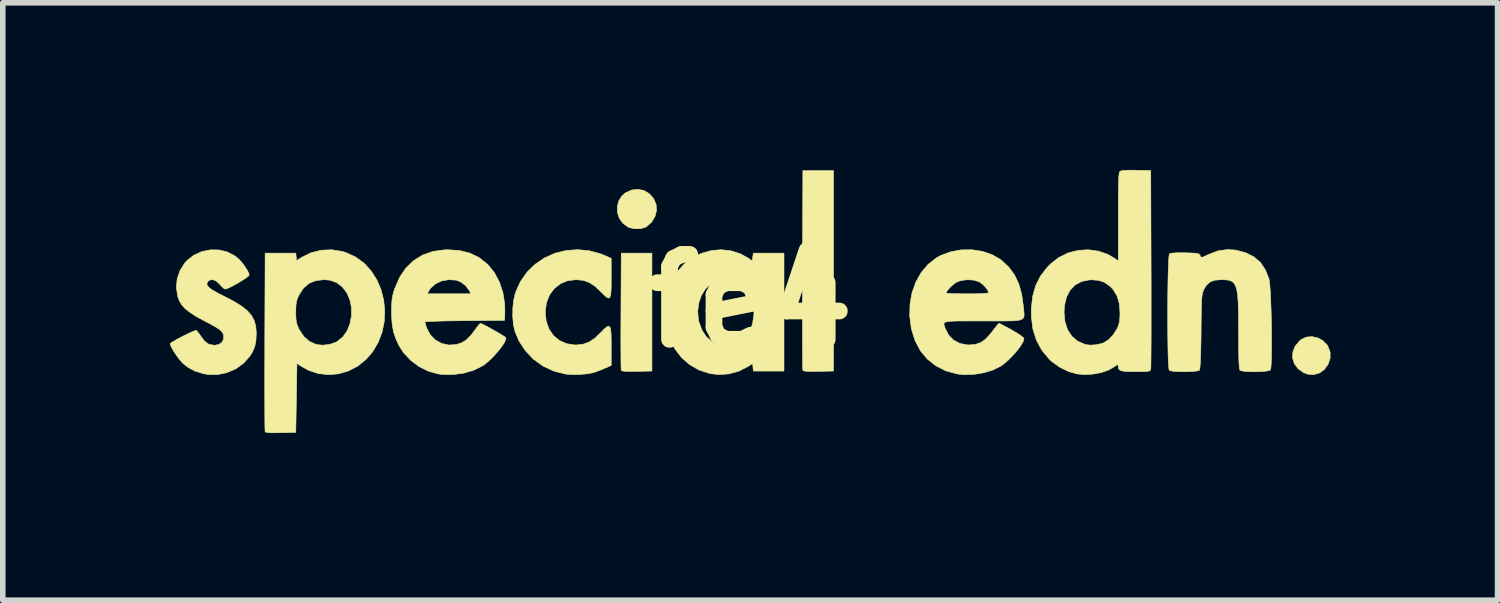
<source format=kicad_pcb>
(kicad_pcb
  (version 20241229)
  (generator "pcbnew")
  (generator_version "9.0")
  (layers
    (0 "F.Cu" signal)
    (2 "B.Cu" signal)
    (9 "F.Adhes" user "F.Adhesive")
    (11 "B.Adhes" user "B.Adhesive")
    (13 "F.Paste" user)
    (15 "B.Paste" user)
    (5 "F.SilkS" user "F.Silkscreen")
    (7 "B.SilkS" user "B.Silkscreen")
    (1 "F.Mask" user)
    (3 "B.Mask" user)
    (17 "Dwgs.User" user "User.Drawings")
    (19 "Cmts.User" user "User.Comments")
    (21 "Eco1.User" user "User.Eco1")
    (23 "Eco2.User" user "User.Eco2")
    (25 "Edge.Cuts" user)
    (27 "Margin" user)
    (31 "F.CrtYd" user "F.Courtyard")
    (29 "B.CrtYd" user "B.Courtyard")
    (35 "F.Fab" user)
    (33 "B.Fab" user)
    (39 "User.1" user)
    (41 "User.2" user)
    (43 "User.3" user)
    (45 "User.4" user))
  (footprint "fe4"
    (layer "F.Cu")
    (at 10.419 2.351)
    (property "Reference" "fe4" (at 0 0 0) (layer "F.SilkS") (effects (font (size 1.524 1.524) (thickness 0.3))))
    (attr through_hole)
    (fp_poly (pts (xy -1.767 1.259) (xy -2.038 1.265) (xy -2.157 1.267) (xy -2.239 1.265) (xy -2.29 1.259) (xy -2.315 1.249) (xy -2.318 1.244) (xy -2.32 1.218) (xy -2.322 1.154) (xy -2.323 1.056) (xy -2.324 0.928) (xy -2.325 0.775) (xy -2.325 0.6) (xy -2.324 0.408) (xy -2.323 0.203) (xy -2.323 0.18) (xy -2.318 -0.857) (xy -1.767 -0.857) (xy -1.767 1.259)) (stroke (width 0.01) (type solid)) (fill yes) (layer "F.SilkS"))
    (fp_poly (pts (xy 1.492 1.259) (xy 1.222 1.265) (xy 1.103 1.267) (xy 1.02 1.265) (xy 0.97 1.259) (xy 0.945 1.249) (xy 0.941 1.244) (xy 0.94 1.219) (xy 0.938 1.155) (xy 0.937 1.055) (xy 0.936 0.922) (xy 0.936 0.76) (xy 0.935 0.571) (xy 0.935 0.358) (xy 0.935 0.125) (xy 0.935 -0.125) (xy 0.936 -0.389) (xy 0.936 -0.561) (xy 0.942 -2.339) (xy 1.492 -2.339) (xy 1.492 1.259)) (stroke (width 0.01) (type solid)) (fill yes) (layer "F.SilkS"))
    (fp_poly (pts (xy 10.182 0.663) (xy 10.276 0.714) (xy 10.35 0.789) (xy 10.366 0.815) (xy 10.406 0.922) (xy 10.406 1.03) (xy 10.37 1.136) (xy 10.303 1.23) (xy 10.215 1.293) (xy 10.111 1.323) (xy 10.003 1.315) (xy 9.928 1.287) (xy 9.828 1.215) (xy 9.762 1.124) (xy 9.732 1.023) (xy 9.737 0.917) (xy 9.778 0.814) (xy 9.855 0.72) (xy 9.889 0.692) (xy 9.978 0.65) (xy 10.079 0.641) (xy 10.182 0.663)) (stroke (width 0.01) (type solid)) (fill yes) (layer "F.SilkS"))
    (fp_poly (pts (xy -1.911 -1.981) (xy -1.816 -1.926) (xy -1.74 -1.841) (xy -1.693 -1.735) (xy -1.684 -1.626) (xy -1.712 -1.517) (xy -1.77 -1.418) (xy -1.854 -1.341) (xy -1.885 -1.322) (xy -1.97 -1.297) (xy -2.071 -1.295) (xy -2.168 -1.314) (xy -2.198 -1.327) (xy -2.288 -1.393) (xy -2.351 -1.481) (xy -2.385 -1.583) (xy -2.389 -1.69) (xy -2.363 -1.794) (xy -2.306 -1.885) (xy -2.243 -1.939) (xy -2.133 -1.99) (xy -2.02 -2.003) (xy -1.911 -1.981)) (stroke (width 0.01) (type solid)) (fill yes) (layer "F.SilkS"))
    (fp_poly (pts (xy -0.354 -0.901) (xy -0.183 -0.847) (xy -0.044 -0.77) (xy 0.032 -0.719) (xy 0.053 -0.857) (xy 0.603 -0.857) (xy 0.603 1.259) (xy 0.053 1.259) (xy 0.04 1.123) (xy -0.041 1.176) (xy -0.205 1.26) (xy -0.385 1.31) (xy -0.571 1.323) (xy -0.732 1.303) (xy -0.925 1.239) (xy -1.095 1.141) (xy -1.241 1.011) (xy -1.36 0.854) (xy -1.449 0.672) (xy -1.507 0.469) (xy -1.53 0.246) (xy -1.531 0.222) (xy -1.53 0.186) (xy -0.945 0.186) (xy -0.933 0.337) (xy -0.924 0.376) (xy -0.869 0.526) (xy -0.789 0.646) (xy -0.687 0.733) (xy -0.566 0.785) (xy -0.476 0.795) (xy -0.37 0.788) (xy -0.27 0.766) (xy -0.224 0.748) (xy -0.107 0.666) (xy -0.02 0.556) (xy 0.037 0.417) (xy 0.062 0.253) (xy 0.064 0.203) (xy 0.048 0.031) (xy 0.000498 -0.114) (xy -0.079 -0.232) (xy -0.172 -0.311) (xy -0.266 -0.354) (xy -0.382 -0.377) (xy -0.502 -0.379) (xy -0.604 -0.36) (xy -0.716 -0.301) (xy -0.81 -0.211) (xy -0.881 -0.095) (xy -0.927 0.04) (xy -0.945 0.186) (xy -1.53 0.186) (xy -1.525 0.048) (xy -1.503 -0.102) (xy -1.462 -0.243) (xy -1.415 -0.354) (xy -1.316 -0.52) (xy -1.191 -0.659) (xy -1.044 -0.77) (xy -0.882 -0.852) (xy -0.709 -0.902) (xy -0.532 -0.919) (xy -0.354 -0.901)) (stroke (width 0.01) (type solid)) (fill yes) (layer "F.SilkS"))
    (fp_poly (pts (xy -2.895 -0.901) (xy -2.683 -0.843) (xy -2.609 -0.813) (xy -2.498 -0.764) (xy -2.498 -0.413) (xy -2.498 -0.268) (xy -2.502 -0.162) (xy -2.511 -0.092) (xy -2.527 -0.056) (xy -2.552 -0.051) (xy -2.589 -0.073) (xy -2.641 -0.121) (xy -2.686 -0.167) (xy -2.792 -0.266) (xy -2.893 -0.331) (xy -2.998 -0.368) (xy -3.117 -0.38) (xy -3.134 -0.381) (xy -3.282 -0.362) (xy -3.413 -0.307) (xy -3.522 -0.22) (xy -3.606 -0.106) (xy -3.66 0.032) (xy -3.682 0.19) (xy -3.682 0.203) (xy -3.665 0.364) (xy -3.615 0.505) (xy -3.535 0.622) (xy -3.428 0.711) (xy -3.298 0.768) (xy -3.149 0.791) (xy -3.121 0.791) (xy -3 0.776) (xy -2.891 0.736) (xy -2.785 0.664) (xy -2.686 0.569) (xy -2.624 0.506) (xy -2.577 0.466) (xy -2.544 0.453) (xy -2.521 0.468) (xy -2.507 0.516) (xy -2.5 0.599) (xy -2.498 0.72) (xy -2.498 0.814) (xy -2.498 1.158) (xy -2.619 1.212) (xy -2.701 1.246) (xy -2.782 1.275) (xy -2.826 1.289) (xy -2.932 1.309) (xy -3.061 1.32) (xy -3.19 1.323) (xy -3.302 1.315) (xy -3.315 1.314) (xy -3.527 1.26) (xy -3.721 1.17) (xy -3.893 1.047) (xy -4.039 0.894) (xy -4.155 0.716) (xy -4.225 0.55) (xy -4.253 0.428) (xy -4.266 0.282) (xy -4.264 0.126) (xy -4.247 -0.023) (xy -4.217 -0.15) (xy -4.216 -0.151) (xy -4.128 -0.346) (xy -4.01 -0.515) (xy -3.864 -0.657) (xy -3.697 -0.771) (xy -3.512 -0.854) (xy -3.314 -0.904) (xy -3.107 -0.92) (xy -2.895 -0.901)) (stroke (width 0.01) (type solid)) (fill yes) (layer "F.SilkS"))
    (fp_poly (pts (xy -7.325 -0.888) (xy -7.262 -0.869) (xy -7.087 -0.788) (xy -6.935 -0.677) (xy -6.808 -0.539) (xy -6.706 -0.38) (xy -6.631 -0.205) (xy -6.583 -0.018) (xy -6.563 0.175) (xy -6.572 0.37) (xy -6.611 0.562) (xy -6.681 0.745) (xy -6.783 0.916) (xy -6.897 1.048) (xy -7.047 1.17) (xy -7.215 1.257) (xy -7.393 1.309) (xy -7.576 1.324) (xy -7.759 1.303) (xy -7.934 1.245) (xy -8.063 1.173) (xy -8.139 1.121) (xy -8.149 1.741) (xy -8.16 2.36) (xy -8.43 2.366) (xy -8.549 2.368) (xy -8.632 2.366) (xy -8.682 2.36) (xy -8.707 2.35) (xy -8.711 2.345) (xy -8.712 2.32) (xy -8.714 2.256) (xy -8.715 2.156) (xy -8.716 2.024) (xy -8.716 1.863) (xy -8.717 1.677) (xy -8.717 1.468) (xy -8.717 1.24) (xy -8.716 0.997) (xy -8.716 0.742) (xy -8.716 0.73) (xy -8.714 0.201) (xy -8.16 0.201) (xy -8.158 0.299) (xy -8.151 0.37) (xy -8.136 0.429) (xy -8.109 0.492) (xy -8.096 0.519) (xy -8.016 0.639) (xy -7.914 0.728) (xy -7.795 0.782) (xy -7.787 0.784) (xy -7.676 0.795) (xy -7.555 0.781) (xy -7.444 0.744) (xy -7.416 0.729) (xy -7.315 0.647) (xy -7.238 0.538) (xy -7.187 0.409) (xy -7.16 0.268) (xy -7.16 0.124) (xy -7.188 -0.017) (xy -7.243 -0.145) (xy -7.323 -0.25) (xy -7.427 -0.329) (xy -7.547 -0.372) (xy -7.651 -0.381) (xy -7.8 -0.365) (xy -7.922 -0.315) (xy -8.022 -0.231) (xy -8.1 -0.11) (xy -8.101 -0.109) (xy -8.131 -0.043) (xy -8.148 0.017) (xy -8.157 0.085) (xy -8.16 0.178) (xy -8.16 0.201) (xy -8.714 0.201) (xy -8.71 -0.857) (xy -8.16 -0.857) (xy -8.153 -0.79) (xy -8.147 -0.722) (xy -8.05 -0.784) (xy -7.884 -0.865) (xy -7.702 -0.91) (xy -7.513 -0.918) (xy -7.325 -0.888)) (stroke (width 0.01) (type solid)) (fill yes) (layer "F.SilkS"))
    (fp_poly (pts (xy -5.22 -0.904) (xy -5.036 -0.858) (xy -4.872 -0.779) (xy -4.726 -0.664) (xy -4.705 -0.644) (xy -4.592 -0.503) (xy -4.503 -0.333) (xy -4.441 -0.144) (xy -4.41 0.056) (xy -4.407 0.199) (xy -4.413 0.349) (xy -5.128 0.355) (xy -5.297 0.357) (xy -5.452 0.359) (xy -5.587 0.363) (xy -5.699 0.367) (xy -5.782 0.371) (xy -5.83 0.375) (xy -5.842 0.379) (xy -5.835 0.408) (xy -5.819 0.462) (xy -5.809 0.489) (xy -5.746 0.609) (xy -5.654 0.702) (xy -5.541 0.764) (xy -5.412 0.792) (xy -5.28 0.783) (xy -5.184 0.753) (xy -5.101 0.702) (xy -5.021 0.624) (xy -4.942 0.519) (xy -4.899 0.46) (xy -4.864 0.418) (xy -4.844 0.402) (xy -4.818 0.412) (xy -4.765 0.439) (xy -4.694 0.477) (xy -4.615 0.522) (xy -4.535 0.567) (xy -4.465 0.609) (xy -4.414 0.641) (xy -4.39 0.659) (xy -4.39 0.66) (xy -4.391 0.695) (xy -4.418 0.752) (xy -4.466 0.824) (xy -4.529 0.904) (xy -4.602 0.986) (xy -4.679 1.063) (xy -4.755 1.129) (xy -4.805 1.164) (xy -4.961 1.242) (xy -5.141 1.296) (xy -5.334 1.322) (xy -5.529 1.32) (xy -5.599 1.311) (xy -5.775 1.264) (xy -5.944 1.181) (xy -6.097 1.067) (xy -6.225 0.93) (xy -6.303 0.81) (xy -6.365 0.677) (xy -6.407 0.549) (xy -6.431 0.411) (xy -6.441 0.251) (xy -6.441 0.191) (xy -6.439 0.073) (xy -6.433 -0.017) (xy -6.421 -0.094) (xy -6.412 -0.127) (xy -5.802 -0.127) (xy -5.015 -0.127) (xy -5.047 -0.188) (xy -5.107 -0.269) (xy -5.188 -0.334) (xy -5.276 -0.371) (xy -5.283 -0.372) (xy -5.416 -0.381) (xy -5.542 -0.358) (xy -5.652 -0.307) (xy -5.738 -0.231) (xy -5.764 -0.193) (xy -5.802 -0.127) (xy -6.412 -0.127) (xy -6.4 -0.172) (xy -6.384 -0.22) (xy -6.297 -0.421) (xy -6.184 -0.589) (xy -6.045 -0.723) (xy -5.883 -0.823) (xy -5.697 -0.888) (xy -5.489 -0.917) (xy -5.429 -0.918) (xy -5.22 -0.904)) (stroke (width 0.01) (type solid)) (fill yes) (layer "F.SilkS"))
    (fp_poly (pts (xy -9.544 -0.915) (xy -9.397 -0.881) (xy -9.263 -0.814) (xy -9.189 -0.756) (xy -9.132 -0.695) (xy -9.077 -0.623) (xy -9.032 -0.552) (xy -9.002 -0.493) (xy -8.996 -0.465) (xy -9.013 -0.443) (xy -9.06 -0.408) (xy -9.126 -0.365) (xy -9.202 -0.318) (xy -9.28 -0.275) (xy -9.351 -0.239) (xy -9.405 -0.217) (xy -9.428 -0.212) (xy -9.455 -0.227) (xy -9.497 -0.266) (xy -9.522 -0.296) (xy -9.586 -0.356) (xy -9.651 -0.382) (xy -9.708 -0.373) (xy -9.737 -0.349) (xy -9.756 -0.313) (xy -9.748 -0.276) (xy -9.713 -0.235) (xy -9.645 -0.188) (xy -9.543 -0.131) (xy -9.454 -0.086) (xy -9.277 0.005) (xy -9.138 0.091) (xy -9.032 0.174) (xy -8.956 0.26) (xy -8.906 0.353) (xy -8.878 0.456) (xy -8.869 0.575) (xy -8.869 0.582) (xy -8.875 0.713) (xy -8.896 0.819) (xy -8.936 0.914) (xy -8.982 0.988) (xy -9.097 1.119) (xy -9.237 1.219) (xy -9.396 1.288) (xy -9.567 1.323) (xy -9.743 1.32) (xy -9.821 1.305) (xy -9.971 1.259) (xy -10.094 1.193) (xy -10.181 1.125) (xy -10.23 1.072) (xy -10.285 1.002) (xy -10.337 0.925) (xy -10.38 0.853) (xy -10.408 0.795) (xy -10.414 0.768) (xy -10.396 0.751) (xy -10.349 0.722) (xy -10.281 0.683) (xy -10.202 0.642) (xy -10.12 0.601) (xy -10.045 0.565) (xy -9.985 0.54) (xy -9.95 0.529) (xy -9.948 0.529) (xy -9.93 0.545) (xy -9.896 0.588) (xy -9.857 0.644) (xy -9.796 0.723) (xy -9.737 0.769) (xy -9.708 0.782) (xy -9.618 0.797) (xy -9.541 0.782) (xy -9.485 0.743) (xy -9.454 0.685) (xy -9.456 0.614) (xy -9.468 0.582) (xy -9.488 0.551) (xy -9.52 0.52) (xy -9.572 0.484) (xy -9.65 0.439) (xy -9.758 0.381) (xy -9.778 0.371) (xy -9.932 0.288) (xy -10.051 0.213) (xy -10.141 0.143) (xy -10.206 0.073) (xy -10.25 -0.002) (xy -10.278 -0.076) (xy -10.303 -0.236) (xy -10.289 -0.396) (xy -10.237 -0.547) (xy -10.151 -0.683) (xy -10.111 -0.726) (xy -9.989 -0.821) (xy -9.848 -0.885) (xy -9.697 -0.916) (xy -9.544 -0.915)) (stroke (width 0.01) (type solid)) (fill yes) (layer "F.SilkS"))
    (fp_poly (pts (xy 6.924 -2.345) (xy 7.186 -2.339) (xy 7.192 -0.582) (xy 7.193 -0.312) (xy 7.193 -0.054) (xy 7.193 0.19) (xy 7.193 0.416) (xy 7.193 0.62) (xy 7.192 0.8) (xy 7.191 0.953) (xy 7.19 1.074) (xy 7.189 1.162) (xy 7.187 1.212) (xy 7.186 1.222) (xy 7.18 1.242) (xy 7.166 1.256) (xy 7.139 1.264) (xy 7.09 1.268) (xy 7.012 1.27) (xy 6.915 1.27) (xy 6.793 1.269) (xy 6.707 1.263) (xy 6.651 1.252) (xy 6.62 1.233) (xy 6.606 1.205) (xy 6.604 1.181) (xy 6.599 1.15) (xy 6.58 1.148) (xy 6.539 1.175) (xy 6.526 1.184) (xy 6.426 1.243) (xy 6.297 1.287) (xy 6.151 1.314) (xy 6.001 1.322) (xy 5.863 1.311) (xy 5.71 1.267) (xy 5.556 1.192) (xy 5.417 1.094) (xy 5.367 1.048) (xy 5.231 0.885) (xy 5.133 0.703) (xy 5.07 0.502) (xy 5.043 0.278) (xy 5.043 0.203) (xy 5.63 0.203) (xy 5.646 0.373) (xy 5.694 0.519) (xy 5.771 0.636) (xy 5.877 0.725) (xy 6.009 0.782) (xy 6.022 0.785) (xy 6.104 0.794) (xy 6.204 0.787) (xy 6.302 0.766) (xy 6.34 0.752) (xy 6.429 0.697) (xy 6.512 0.609) (xy 6.581 0.501) (xy 6.585 0.493) (xy 6.611 0.428) (xy 6.627 0.361) (xy 6.633 0.275) (xy 6.634 0.212) (xy 6.621 0.045) (xy 6.579 -0.093) (xy 6.509 -0.207) (xy 6.456 -0.262) (xy 6.358 -0.332) (xy 6.25 -0.369) (xy 6.12 -0.379) (xy 6.086 -0.377) (xy 5.947 -0.35) (xy 5.831 -0.288) (xy 5.739 -0.194) (xy 5.674 -0.07) (xy 5.638 0.081) (xy 5.63 0.203) (xy 5.043 0.203) (xy 5.043 0.128) (xy 5.068 -0.089) (xy 5.123 -0.279) (xy 5.209 -0.449) (xy 5.331 -0.606) (xy 5.393 -0.669) (xy 5.54 -0.782) (xy 5.705 -0.862) (xy 5.882 -0.907) (xy 6.064 -0.918) (xy 6.244 -0.894) (xy 6.416 -0.835) (xy 6.541 -0.761) (xy 6.604 -0.717) (xy 6.604 -1.509) (xy 6.604 -1.72) (xy 6.605 -1.891) (xy 6.607 -2.028) (xy 6.609 -2.134) (xy 6.612 -2.213) (xy 6.617 -2.268) (xy 6.623 -2.303) (xy 6.63 -2.322) (xy 6.633 -2.326) (xy 6.672 -2.338) (xy 6.752 -2.345) (xy 6.873 -2.346) (xy 6.924 -2.345)) (stroke (width 0.01) (type solid)) (fill yes) (layer "F.SilkS"))
    (fp_poly (pts (xy 8.711 -0.912) (xy 8.89 -0.865) (xy 9.037 -0.791) (xy 9.155 -0.69) (xy 9.244 -0.557) (xy 9.308 -0.397) (xy 9.317 -0.347) (xy 9.325 -0.263) (xy 9.333 -0.151) (xy 9.339 -0.018) (xy 9.345 0.131) (xy 9.349 0.291) (xy 9.353 0.455) (xy 9.354 0.618) (xy 9.355 0.773) (xy 9.354 0.915) (xy 9.352 1.039) (xy 9.348 1.138) (xy 9.342 1.206) (xy 9.334 1.239) (xy 9.334 1.239) (xy 9.302 1.253) (xy 9.238 1.263) (xy 9.154 1.269) (xy 9.059 1.272) (xy 8.964 1.271) (xy 8.88 1.266) (xy 8.818 1.256) (xy 8.788 1.245) (xy 8.781 1.224) (xy 8.774 1.178) (xy 8.77 1.103) (xy 8.766 0.997) (xy 8.764 0.855) (xy 8.763 0.676) (xy 8.763 0.561) (xy 8.762 0.336) (xy 8.76 0.151) (xy 8.754 0.000215) (xy 8.744 -0.119) (xy 8.728 -0.21) (xy 8.705 -0.278) (xy 8.674 -0.325) (xy 8.634 -0.355) (xy 8.583 -0.372) (xy 8.521 -0.379) (xy 8.445 -0.381) (xy 8.445 -0.381) (xy 8.331 -0.371) (xy 8.246 -0.338) (xy 8.182 -0.277) (xy 8.143 -0.212) (xy 8.13 -0.184) (xy 8.12 -0.155) (xy 8.111 -0.12) (xy 8.105 -0.074) (xy 8.1 -0.012) (xy 8.097 0.07) (xy 8.094 0.178) (xy 8.092 0.318) (xy 8.09 0.493) (xy 8.09 0.55) (xy 8.087 0.757) (xy 8.083 0.93) (xy 8.078 1.066) (xy 8.072 1.166) (xy 8.066 1.225) (xy 8.061 1.243) (xy 8.03 1.255) (xy 7.967 1.264) (xy 7.884 1.269) (xy 7.79 1.271) (xy 7.695 1.27) (xy 7.612 1.265) (xy 7.549 1.256) (xy 7.518 1.245) (xy 7.512 1.217) (xy 7.506 1.153) (xy 7.501 1.056) (xy 7.497 0.932) (xy 7.494 0.786) (xy 7.492 0.624) (xy 7.491 0.449) (xy 7.49 0.267) (xy 7.491 0.084) (xy 7.492 -0.096) (xy 7.494 -0.268) (xy 7.497 -0.427) (xy 7.501 -0.567) (xy 7.506 -0.684) (xy 7.511 -0.773) (xy 7.517 -0.828) (xy 7.522 -0.845) (xy 7.561 -0.857) (xy 7.642 -0.863) (xy 7.764 -0.864) (xy 7.803 -0.863) (xy 7.91 -0.86) (xy 7.983 -0.856) (xy 8.028 -0.849) (xy 8.054 -0.839) (xy 8.069 -0.822) (xy 8.073 -0.813) (xy 8.085 -0.79) (xy 8.102 -0.782) (xy 8.132 -0.79) (xy 8.187 -0.816) (xy 8.213 -0.829) (xy 8.389 -0.897) (xy 8.564 -0.922) (xy 8.711 -0.912)) (stroke (width 0.01) (type solid)) (fill yes) (layer "F.SilkS"))
    (fp_poly (pts (xy 4.161 -0.89) (xy 4.334 -0.832) (xy 4.487 -0.744) (xy 4.512 -0.725) (xy 4.642 -0.602) (xy 4.743 -0.463) (xy 4.818 -0.303) (xy 4.87 -0.117) (xy 4.9 0.099) (xy 4.907 0.168) (xy 4.912 0.224) (xy 4.913 0.268) (xy 4.903 0.302) (xy 4.88 0.326) (xy 4.84 0.343) (xy 4.778 0.353) (xy 4.691 0.358) (xy 4.575 0.36) (xy 4.425 0.36) (xy 4.238 0.36) (xy 4.179 0.36) (xy 3.984 0.36) (xy 3.827 0.36) (xy 3.705 0.361) (xy 3.613 0.364) (xy 3.548 0.37) (xy 3.506 0.379) (xy 3.483 0.391) (xy 3.474 0.409) (xy 3.476 0.432) (xy 3.486 0.461) (xy 3.495 0.489) (xy 3.557 0.612) (xy 3.647 0.704) (xy 3.762 0.764) (xy 3.899 0.79) (xy 3.926 0.79) (xy 4.039 0.781) (xy 4.134 0.748) (xy 4.221 0.687) (xy 4.308 0.593) (xy 4.34 0.551) (xy 4.391 0.484) (xy 4.432 0.433) (xy 4.458 0.405) (xy 4.463 0.402) (xy 4.485 0.412) (xy 4.536 0.438) (xy 4.609 0.477) (xy 4.693 0.523) (xy 4.793 0.582) (xy 4.864 0.63) (xy 4.904 0.665) (xy 4.911 0.679) (xy 4.895 0.731) (xy 4.854 0.802) (xy 4.793 0.885) (xy 4.718 0.971) (xy 4.637 1.055) (xy 4.555 1.127) (xy 4.492 1.172) (xy 4.353 1.24) (xy 4.188 1.29) (xy 4.012 1.319) (xy 3.838 1.325) (xy 3.715 1.312) (xy 3.509 1.256) (xy 3.329 1.165) (xy 3.175 1.043) (xy 3.049 0.891) (xy 2.954 0.709) (xy 2.89 0.501) (xy 2.889 0.497) (xy 2.86 0.275) (xy 2.865 0.059) (xy 2.9 -0.141) (xy 3.514 -0.141) (xy 3.534 -0.136) (xy 3.589 -0.133) (xy 3.674 -0.13) (xy 3.781 -0.128) (xy 3.895 -0.127) (xy 4.043 -0.128) (xy 4.152 -0.131) (xy 4.225 -0.136) (xy 4.265 -0.143) (xy 4.276 -0.151) (xy 4.26 -0.194) (xy 4.219 -0.248) (xy 4.166 -0.301) (xy 4.109 -0.341) (xy 4.099 -0.346) (xy 4.003 -0.374) (xy 3.89 -0.38) (xy 3.779 -0.365) (xy 3.705 -0.339) (xy 3.652 -0.304) (xy 3.596 -0.254) (xy 3.548 -0.202) (xy 3.518 -0.158) (xy 3.514 -0.141) (xy 2.9 -0.141) (xy 2.902 -0.147) (xy 2.969 -0.337) (xy 3.065 -0.507) (xy 3.187 -0.653) (xy 3.335 -0.77) (xy 3.415 -0.815) (xy 3.593 -0.881) (xy 3.782 -0.916) (xy 3.974 -0.918) (xy 4.161 -0.89)) (stroke (width 0.01) (type solid)) (fill yes) (layer "F.SilkS")))
  (gr_rect
    (start -3 -3)
    (end 23.83 7.723)
    (stroke (width 0.1) (type default))
    (fill no)
    (layer "Edge.Cuts")))
</source>
